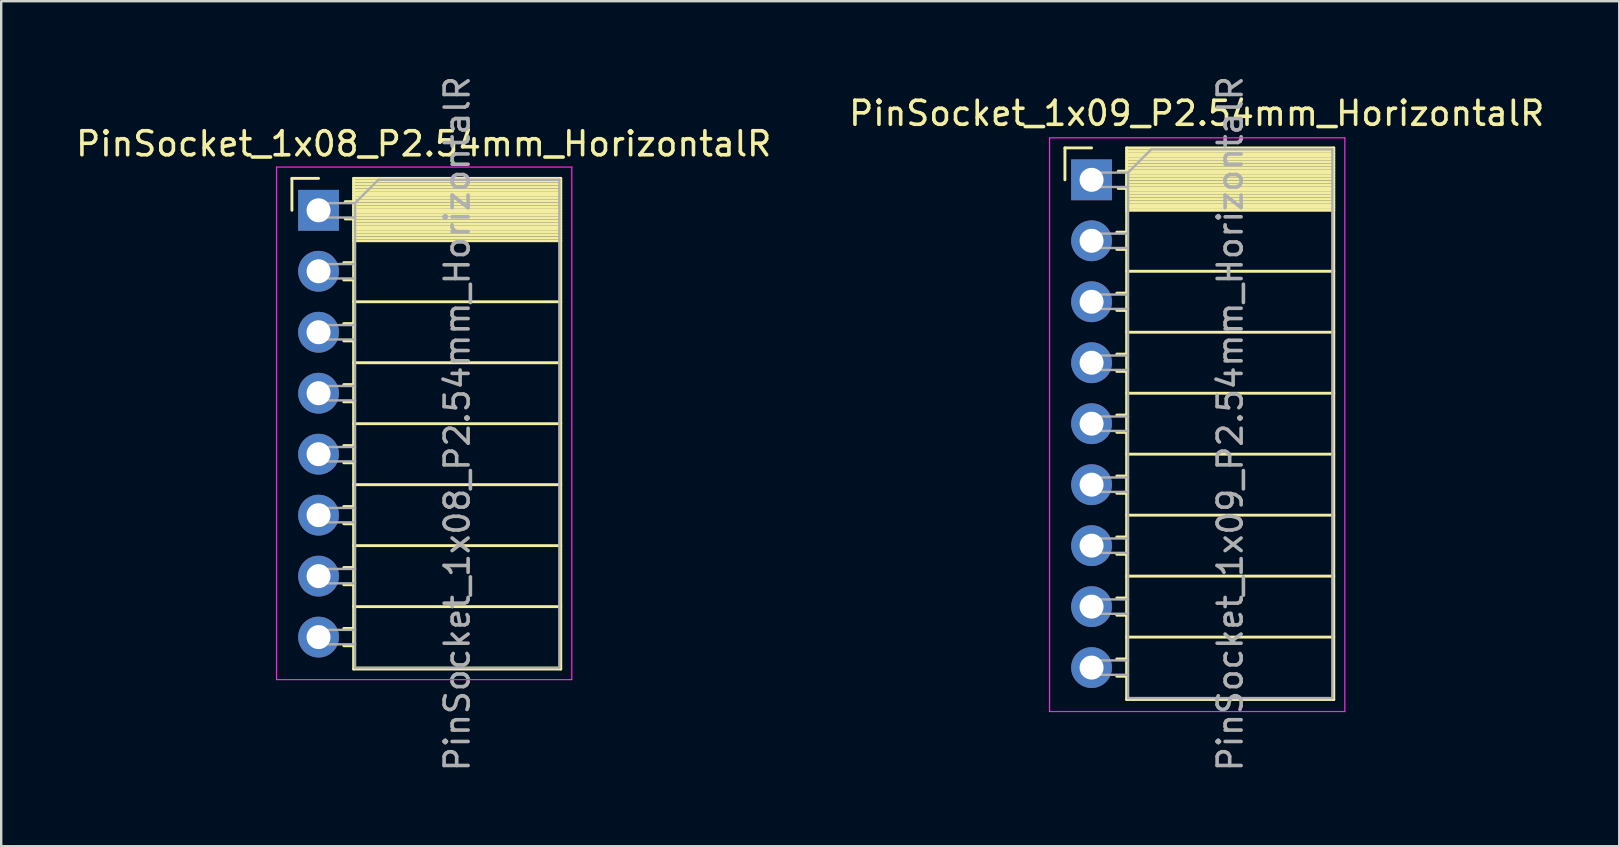
<source format=kicad_pcb>
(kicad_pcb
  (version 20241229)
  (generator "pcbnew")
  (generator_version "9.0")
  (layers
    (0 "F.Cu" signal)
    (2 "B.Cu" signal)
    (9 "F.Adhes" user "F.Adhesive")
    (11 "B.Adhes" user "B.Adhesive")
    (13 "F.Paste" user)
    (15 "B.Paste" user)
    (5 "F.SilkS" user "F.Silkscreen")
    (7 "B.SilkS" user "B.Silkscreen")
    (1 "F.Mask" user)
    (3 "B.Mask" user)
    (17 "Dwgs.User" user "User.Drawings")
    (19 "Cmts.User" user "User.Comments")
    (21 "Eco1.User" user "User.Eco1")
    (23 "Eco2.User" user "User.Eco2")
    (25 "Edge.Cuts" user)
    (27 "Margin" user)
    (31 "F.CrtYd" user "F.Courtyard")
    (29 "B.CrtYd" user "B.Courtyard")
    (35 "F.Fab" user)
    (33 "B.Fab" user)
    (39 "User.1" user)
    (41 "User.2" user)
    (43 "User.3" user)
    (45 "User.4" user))
  (footprint "PinSocket_1x08_P2.54mm_HorizontalR"
    (layer "F.Cu")
    (at 20.381 5.711)
    (property "Reference" "PinSocket_1x08_P2.54mm_HorizontalR" (at -5.78 -2.77 0) (layer "F.SilkS") (effects (font (size 1 1) (thickness 0.15))))
    (attr through_hole)
    (fp_line (start -11.27 -1.33) (end -11.27 0) (stroke (width 0.12) (type solid)) (layer "F.SilkS"))
    (fp_line (start -10.16 -1.33) (end -11.27 -1.33) (stroke (width 0.12) (type solid)) (layer "F.SilkS"))
    (fp_line (start -8.7 -1.33) (end -8.7 19.11) (stroke (width 0.12) (type solid)) (layer "F.SilkS"))
    (fp_line (start -8.7 -0.36) (end -9.05 -0.36) (stroke (width 0.12) (type solid)) (layer "F.SilkS"))
    (fp_line (start -8.7 0.36) (end -9.05 0.36) (stroke (width 0.12) (type solid)) (layer "F.SilkS"))
    (fp_line (start -8.7 2.18) (end -9.11 2.18) (stroke (width 0.12) (type solid)) (layer "F.SilkS"))
    (fp_line (start -8.7 2.9) (end -9.11 2.9) (stroke (width 0.12) (type solid)) (layer "F.SilkS"))
    (fp_line (start -8.7 4.72) (end -9.11 4.72) (stroke (width 0.12) (type solid)) (layer "F.SilkS"))
    (fp_line (start -8.7 5.44) (end -9.11 5.44) (stroke (width 0.12) (type solid)) (layer "F.SilkS"))
    (fp_line (start -8.7 7.26) (end -9.11 7.26) (stroke (width 0.12) (type solid)) (layer "F.SilkS"))
    (fp_line (start -8.7 7.98) (end -9.11 7.98) (stroke (width 0.12) (type solid)) (layer "F.SilkS"))
    (fp_line (start -8.7 9.8) (end -9.11 9.8) (stroke (width 0.12) (type solid)) (layer "F.SilkS"))
    (fp_line (start -8.7 10.52) (end -9.11 10.52) (stroke (width 0.12) (type solid)) (layer "F.SilkS"))
    (fp_line (start -8.7 12.34) (end -9.11 12.34) (stroke (width 0.12) (type solid)) (layer "F.SilkS"))
    (fp_line (start -8.7 13.06) (end -9.11 13.06) (stroke (width 0.12) (type solid)) (layer "F.SilkS"))
    (fp_line (start -8.7 14.88) (end -9.11 14.88) (stroke (width 0.12) (type solid)) (layer "F.SilkS"))
    (fp_line (start -8.7 15.6) (end -9.11 15.6) (stroke (width 0.12) (type solid)) (layer "F.SilkS"))
    (fp_line (start -8.7 17.42) (end -9.11 17.42) (stroke (width 0.12) (type solid)) (layer "F.SilkS"))
    (fp_line (start -8.7 18.14) (end -9.11 18.14) (stroke (width 0.12) (type solid)) (layer "F.SilkS"))
    (fp_line (start -0.07 -1.33) (end -8.7 -1.33) (stroke (width 0.12) (type solid)) (layer "F.SilkS"))
    (fp_line (start -0.07 -1.33) (end -0.07 19.11) (stroke (width 0.12) (type solid)) (layer "F.SilkS"))
    (fp_line (start -0.07 -1.21) (end -8.7 -1.21) (stroke (width 0.12) (type solid)) (layer "F.SilkS"))
    (fp_line (start -0.07 -1.092) (end -8.7 -1.092) (stroke (width 0.12) (type solid)) (layer "F.SilkS"))
    (fp_line (start -0.07 -0.974) (end -8.7 -0.974) (stroke (width 0.12) (type solid)) (layer "F.SilkS"))
    (fp_line (start -0.07 -0.856) (end -8.7 -0.856) (stroke (width 0.12) (type solid)) (layer "F.SilkS"))
    (fp_line (start -0.07 -0.738) (end -8.7 -0.738) (stroke (width 0.12) (type solid)) (layer "F.SilkS"))
    (fp_line (start -0.07 -0.62) (end -8.7 -0.62) (stroke (width 0.12) (type solid)) (layer "F.SilkS"))
    (fp_line (start -0.07 -0.501) (end -8.7 -0.501) (stroke (width 0.12) (type solid)) (layer "F.SilkS"))
    (fp_line (start -0.07 -0.383) (end -8.7 -0.383) (stroke (width 0.12) (type solid)) (layer "F.SilkS"))
    (fp_line (start -0.07 -0.265) (end -8.7 -0.265) (stroke (width 0.12) (type solid)) (layer "F.SilkS"))
    (fp_line (start -0.07 -0.147) (end -8.7 -0.147) (stroke (width 0.12) (type solid)) (layer "F.SilkS"))
    (fp_line (start -0.07 -0.029) (end -8.7 -0.029) (stroke (width 0.12) (type solid)) (layer "F.SilkS"))
    (fp_line (start -0.07 0.089) (end -8.7 0.089) (stroke (width 0.12) (type solid)) (layer "F.SilkS"))
    (fp_line (start -0.07 0.207) (end -8.7 0.207) (stroke (width 0.12) (type solid)) (layer "F.SilkS"))
    (fp_line (start -0.07 0.325) (end -8.7 0.325) (stroke (width 0.12) (type solid)) (layer "F.SilkS"))
    (fp_line (start -0.07 0.443) (end -8.7 0.443) (stroke (width 0.12) (type solid)) (layer "F.SilkS"))
    (fp_line (start -0.07 0.561) (end -8.7 0.561) (stroke (width 0.12) (type solid)) (layer "F.SilkS"))
    (fp_line (start -0.07 0.68) (end -8.7 0.68) (stroke (width 0.12) (type solid)) (layer "F.SilkS"))
    (fp_line (start -0.07 0.798) (end -8.7 0.798) (stroke (width 0.12) (type solid)) (layer "F.SilkS"))
    (fp_line (start -0.07 0.916) (end -8.7 0.916) (stroke (width 0.12) (type solid)) (layer "F.SilkS"))
    (fp_line (start -0.07 1.034) (end -8.7 1.034) (stroke (width 0.12) (type solid)) (layer "F.SilkS"))
    (fp_line (start -0.07 1.152) (end -8.7 1.152) (stroke (width 0.12) (type solid)) (layer "F.SilkS"))
    (fp_line (start -0.07 1.27) (end -8.7 1.27) (stroke (width 0.12) (type solid)) (layer "F.SilkS"))
    (fp_line (start -0.07 3.81) (end -8.7 3.81) (stroke (width 0.12) (type solid)) (layer "F.SilkS"))
    (fp_line (start -0.07 6.35) (end -8.7 6.35) (stroke (width 0.12) (type solid)) (layer "F.SilkS"))
    (fp_line (start -0.07 8.89) (end -8.7 8.89) (stroke (width 0.12) (type solid)) (layer "F.SilkS"))
    (fp_line (start -0.07 11.43) (end -8.7 11.43) (stroke (width 0.12) (type solid)) (layer "F.SilkS"))
    (fp_line (start -0.07 13.97) (end -8.7 13.97) (stroke (width 0.12) (type solid)) (layer "F.SilkS"))
    (fp_line (start -0.07 16.51) (end -8.7 16.51) (stroke (width 0.12) (type solid)) (layer "F.SilkS"))
    (fp_line (start -0.07 19.11) (end -8.7 19.11) (stroke (width 0.12) (type solid)) (layer "F.SilkS"))
    (fp_line (start -11.91 -1.8) (end 0.39 -1.8) (stroke (width 0.05) (type solid)) (layer "F.CrtYd"))
    (fp_line (start -11.91 19.55) (end -11.91 -1.8) (stroke (width 0.05) (type solid)) (layer "F.CrtYd"))
    (fp_line (start 0.39 -1.8) (end 0.39 19.55) (stroke (width 0.05) (type solid)) (layer "F.CrtYd"))
    (fp_line (start 0.39 19.55) (end -11.91 19.55) (stroke (width 0.05) (type solid)) (layer "F.CrtYd"))
    (fp_line (start -10.16 -0.3) (end -8.64 -0.3) (stroke (width 0.1) (type solid)) (layer "F.Fab"))
    (fp_line (start -10.16 0.3) (end -10.16 -0.3) (stroke (width 0.1) (type solid)) (layer "F.Fab"))
    (fp_line (start -10.16 2.24) (end -8.64 2.24) (stroke (width 0.1) (type solid)) (layer "F.Fab"))
    (fp_line (start -10.16 2.84) (end -10.16 2.24) (stroke (width 0.1) (type solid)) (layer "F.Fab"))
    (fp_line (start -10.16 4.78) (end -8.64 4.78) (stroke (width 0.1) (type solid)) (layer "F.Fab"))
    (fp_line (start -10.16 5.38) (end -10.16 4.78) (stroke (width 0.1) (type solid)) (layer "F.Fab"))
    (fp_line (start -10.16 7.32) (end -8.64 7.32) (stroke (width 0.1) (type solid)) (layer "F.Fab"))
    (fp_line (start -10.16 7.92) (end -10.16 7.32) (stroke (width 0.1) (type solid)) (layer "F.Fab"))
    (fp_line (start -10.16 9.86) (end -8.64 9.86) (stroke (width 0.1) (type solid)) (layer "F.Fab"))
    (fp_line (start -10.16 10.46) (end -10.16 9.86) (stroke (width 0.1) (type solid)) (layer "F.Fab"))
    (fp_line (start -10.16 12.4) (end -8.64 12.4) (stroke (width 0.1) (type solid)) (layer "F.Fab"))
    (fp_line (start -10.16 13) (end -10.16 12.4) (stroke (width 0.1) (type solid)) (layer "F.Fab"))
    (fp_line (start -10.16 14.94) (end -8.64 14.94) (stroke (width 0.1) (type solid)) (layer "F.Fab"))
    (fp_line (start -10.16 15.54) (end -10.16 14.94) (stroke (width 0.1) (type solid)) (layer "F.Fab"))
    (fp_line (start -10.16 17.48) (end -8.64 17.48) (stroke (width 0.1) (type solid)) (layer "F.Fab"))
    (fp_line (start -10.16 18.08) (end -10.16 17.48) (stroke (width 0.1) (type solid)) (layer "F.Fab"))
    (fp_line (start -8.64 -0.3) (end -8.64 19.05) (stroke (width 0.1) (type solid)) (layer "F.Fab"))
    (fp_line (start -8.64 0.3) (end -10.16 0.3) (stroke (width 0.1) (type solid)) (layer "F.Fab"))
    (fp_line (start -8.64 2.84) (end -10.16 2.84) (stroke (width 0.1) (type solid)) (layer "F.Fab"))
    (fp_line (start -8.64 5.38) (end -10.16 5.38) (stroke (width 0.1) (type solid)) (layer "F.Fab"))
    (fp_line (start -8.64 7.92) (end -10.16 7.92) (stroke (width 0.1) (type solid)) (layer "F.Fab"))
    (fp_line (start -8.64 10.46) (end -10.16 10.46) (stroke (width 0.1) (type solid)) (layer "F.Fab"))
    (fp_line (start -8.64 13) (end -10.16 13) (stroke (width 0.1) (type solid)) (layer "F.Fab"))
    (fp_line (start -8.64 15.54) (end -10.16 15.54) (stroke (width 0.1) (type solid)) (layer "F.Fab"))
    (fp_line (start -8.64 18.08) (end -10.16 18.08) (stroke (width 0.1) (type solid)) (layer "F.Fab"))
    (fp_line (start -8.64 19.05) (end -0.13 19.05) (stroke (width 0.1) (type solid)) (layer "F.Fab"))
    (fp_line (start -7.67 -1.27) (end -8.64 -0.3) (stroke (width 0.1) (type solid)) (layer "F.Fab"))
    (fp_line (start -0.13 -1.27) (end -7.67 -1.27) (stroke (width 0.1) (type solid)) (layer "F.Fab"))
    (fp_line (start -0.13 19.05) (end -0.13 -1.27) (stroke (width 0.1) (type solid)) (layer "F.Fab"))
    (fp_text user "${REFERENCE}" (at -4.385 8.89 90) (layer "F.Fab") (effects (font (size 1 1) (thickness 0.15))))
    (pad "1" thru_hole rect (at -10.16 0) (size 1.7 1.7) (drill 1) (layers "*.Cu" "*.Mask"))
    (pad "2" thru_hole oval (at -10.16 2.54) (size 1.7 1.7) (drill 1) (layers "*.Cu" "*.Mask"))
    (pad "3" thru_hole oval (at -10.16 5.08) (size 1.7 1.7) (drill 1) (layers "*.Cu" "*.Mask"))
    (pad "4" thru_hole oval (at -10.16 7.62) (size 1.7 1.7) (drill 1) (layers "*.Cu" "*.Mask"))
    (pad "5" thru_hole oval (at -10.16 10.16) (size 1.7 1.7) (drill 1) (layers "*.Cu" "*.Mask"))
    (pad "6" thru_hole oval (at -10.16 12.7) (size 1.7 1.7) (drill 1) (layers "*.Cu" "*.Mask"))
    (pad "7" thru_hole oval (at -10.16 15.24) (size 1.7 1.7) (drill 1) (layers "*.Cu" "*.Mask"))
    (pad "8" thru_hole oval (at -10.16 17.78) (size 1.7 1.7) (drill 1) (layers "*.Cu" "*.Mask")))
  (footprint "PinSocket_1x09_P2.54mm_HorizontalR"
    (layer "F.Cu")
    (at 52.584 4.441)
    (property "Reference" "PinSocket_1x09_P2.54mm_HorizontalR" (at -5.78 -2.77 0) (layer "F.SilkS") (effects (font (size 1 1) (thickness 0.15))))
    (attr through_hole)
    (fp_line (start -11.27 -1.33) (end -11.27 0) (stroke (width 0.12) (type solid)) (layer "F.SilkS"))
    (fp_line (start -10.16 -1.33) (end -11.27 -1.33) (stroke (width 0.12) (type solid)) (layer "F.SilkS"))
    (fp_line (start -8.7 -1.33) (end -8.7 21.65) (stroke (width 0.12) (type solid)) (layer "F.SilkS"))
    (fp_line (start -8.7 -0.36) (end -9.05 -0.36) (stroke (width 0.12) (type solid)) (layer "F.SilkS"))
    (fp_line (start -8.7 0.36) (end -9.05 0.36) (stroke (width 0.12) (type solid)) (layer "F.SilkS"))
    (fp_line (start -8.7 2.18) (end -9.11 2.18) (stroke (width 0.12) (type solid)) (layer "F.SilkS"))
    (fp_line (start -8.7 2.9) (end -9.11 2.9) (stroke (width 0.12) (type solid)) (layer "F.SilkS"))
    (fp_line (start -8.7 4.72) (end -9.11 4.72) (stroke (width 0.12) (type solid)) (layer "F.SilkS"))
    (fp_line (start -8.7 5.44) (end -9.11 5.44) (stroke (width 0.12) (type solid)) (layer "F.SilkS"))
    (fp_line (start -8.7 7.26) (end -9.11 7.26) (stroke (width 0.12) (type solid)) (layer "F.SilkS"))
    (fp_line (start -8.7 7.98) (end -9.11 7.98) (stroke (width 0.12) (type solid)) (layer "F.SilkS"))
    (fp_line (start -8.7 9.8) (end -9.11 9.8) (stroke (width 0.12) (type solid)) (layer "F.SilkS"))
    (fp_line (start -8.7 10.52) (end -9.11 10.52) (stroke (width 0.12) (type solid)) (layer "F.SilkS"))
    (fp_line (start -8.7 12.34) (end -9.11 12.34) (stroke (width 0.12) (type solid)) (layer "F.SilkS"))
    (fp_line (start -8.7 13.06) (end -9.11 13.06) (stroke (width 0.12) (type solid)) (layer "F.SilkS"))
    (fp_line (start -8.7 14.88) (end -9.11 14.88) (stroke (width 0.12) (type solid)) (layer "F.SilkS"))
    (fp_line (start -8.7 15.6) (end -9.11 15.6) (stroke (width 0.12) (type solid)) (layer "F.SilkS"))
    (fp_line (start -8.7 17.42) (end -9.11 17.42) (stroke (width 0.12) (type solid)) (layer "F.SilkS"))
    (fp_line (start -8.7 18.14) (end -9.11 18.14) (stroke (width 0.12) (type solid)) (layer "F.SilkS"))
    (fp_line (start -8.7 19.96) (end -9.11 19.96) (stroke (width 0.12) (type solid)) (layer "F.SilkS"))
    (fp_line (start -8.7 20.68) (end -9.11 20.68) (stroke (width 0.12) (type solid)) (layer "F.SilkS"))
    (fp_line (start -0.07 -1.33) (end -8.7 -1.33) (stroke (width 0.12) (type solid)) (layer "F.SilkS"))
    (fp_line (start -0.07 -1.33) (end -0.07 21.65) (stroke (width 0.12) (type solid)) (layer "F.SilkS"))
    (fp_line (start -0.07 -1.21) (end -8.7 -1.21) (stroke (width 0.12) (type solid)) (layer "F.SilkS"))
    (fp_line (start -0.07 -1.092) (end -8.7 -1.092) (stroke (width 0.12) (type solid)) (layer "F.SilkS"))
    (fp_line (start -0.07 -0.974) (end -8.7 -0.974) (stroke (width 0.12) (type solid)) (layer "F.SilkS"))
    (fp_line (start -0.07 -0.856) (end -8.7 -0.856) (stroke (width 0.12) (type solid)) (layer "F.SilkS"))
    (fp_line (start -0.07 -0.738) (end -8.7 -0.738) (stroke (width 0.12) (type solid)) (layer "F.SilkS"))
    (fp_line (start -0.07 -0.62) (end -8.7 -0.62) (stroke (width 0.12) (type solid)) (layer "F.SilkS"))
    (fp_line (start -0.07 -0.501) (end -8.7 -0.501) (stroke (width 0.12) (type solid)) (layer "F.SilkS"))
    (fp_line (start -0.07 -0.383) (end -8.7 -0.383) (stroke (width 0.12) (type solid)) (layer "F.SilkS"))
    (fp_line (start -0.07 -0.265) (end -8.7 -0.265) (stroke (width 0.12) (type solid)) (layer "F.SilkS"))
    (fp_line (start -0.07 -0.147) (end -8.7 -0.147) (stroke (width 0.12) (type solid)) (layer "F.SilkS"))
    (fp_line (start -0.07 -0.029) (end -8.7 -0.029) (stroke (width 0.12) (type solid)) (layer "F.SilkS"))
    (fp_line (start -0.07 0.089) (end -8.7 0.089) (stroke (width 0.12) (type solid)) (layer "F.SilkS"))
    (fp_line (start -0.07 0.207) (end -8.7 0.207) (stroke (width 0.12) (type solid)) (layer "F.SilkS"))
    (fp_line (start -0.07 0.325) (end -8.7 0.325) (stroke (width 0.12) (type solid)) (layer "F.SilkS"))
    (fp_line (start -0.07 0.443) (end -8.7 0.443) (stroke (width 0.12) (type solid)) (layer "F.SilkS"))
    (fp_line (start -0.07 0.561) (end -8.7 0.561) (stroke (width 0.12) (type solid)) (layer "F.SilkS"))
    (fp_line (start -0.07 0.68) (end -8.7 0.68) (stroke (width 0.12) (type solid)) (layer "F.SilkS"))
    (fp_line (start -0.07 0.798) (end -8.7 0.798) (stroke (width 0.12) (type solid)) (layer "F.SilkS"))
    (fp_line (start -0.07 0.916) (end -8.7 0.916) (stroke (width 0.12) (type solid)) (layer "F.SilkS"))
    (fp_line (start -0.07 1.034) (end -8.7 1.034) (stroke (width 0.12) (type solid)) (layer "F.SilkS"))
    (fp_line (start -0.07 1.152) (end -8.7 1.152) (stroke (width 0.12) (type solid)) (layer "F.SilkS"))
    (fp_line (start -0.07 1.27) (end -8.7 1.27) (stroke (width 0.12) (type solid)) (layer "F.SilkS"))
    (fp_line (start -0.07 3.81) (end -8.7 3.81) (stroke (width 0.12) (type solid)) (layer "F.SilkS"))
    (fp_line (start -0.07 6.35) (end -8.7 6.35) (stroke (width 0.12) (type solid)) (layer "F.SilkS"))
    (fp_line (start -0.07 8.89) (end -8.7 8.89) (stroke (width 0.12) (type solid)) (layer "F.SilkS"))
    (fp_line (start -0.07 11.43) (end -8.7 11.43) (stroke (width 0.12) (type solid)) (layer "F.SilkS"))
    (fp_line (start -0.07 13.97) (end -8.7 13.97) (stroke (width 0.12) (type solid)) (layer "F.SilkS"))
    (fp_line (start -0.07 16.51) (end -8.7 16.51) (stroke (width 0.12) (type solid)) (layer "F.SilkS"))
    (fp_line (start -0.07 19.05) (end -8.7 19.05) (stroke (width 0.12) (type solid)) (layer "F.SilkS"))
    (fp_line (start -0.07 21.65) (end -8.7 21.65) (stroke (width 0.12) (type solid)) (layer "F.SilkS"))
    (fp_line (start -11.91 -1.75) (end 0.39 -1.75) (stroke (width 0.05) (type solid)) (layer "F.CrtYd"))
    (fp_line (start -11.91 22.15) (end -11.91 -1.75) (stroke (width 0.05) (type solid)) (layer "F.CrtYd"))
    (fp_line (start 0.39 -1.75) (end 0.39 22.15) (stroke (width 0.05) (type solid)) (layer "F.CrtYd"))
    (fp_line (start 0.39 22.15) (end -11.91 22.15) (stroke (width 0.05) (type solid)) (layer "F.CrtYd"))
    (fp_line (start -10.16 -0.3) (end -8.64 -0.3) (stroke (width 0.1) (type solid)) (layer "F.Fab"))
    (fp_line (start -10.16 0.3) (end -10.16 -0.3) (stroke (width 0.1) (type solid)) (layer "F.Fab"))
    (fp_line (start -10.16 2.24) (end -8.64 2.24) (stroke (width 0.1) (type solid)) (layer "F.Fab"))
    (fp_line (start -10.16 2.84) (end -10.16 2.24) (stroke (width 0.1) (type solid)) (layer "F.Fab"))
    (fp_line (start -10.16 4.78) (end -8.64 4.78) (stroke (width 0.1) (type solid)) (layer "F.Fab"))
    (fp_line (start -10.16 5.38) (end -10.16 4.78) (stroke (width 0.1) (type solid)) (layer "F.Fab"))
    (fp_line (start -10.16 7.32) (end -8.64 7.32) (stroke (width 0.1) (type solid)) (layer "F.Fab"))
    (fp_line (start -10.16 7.92) (end -10.16 7.32) (stroke (width 0.1) (type solid)) (layer "F.Fab"))
    (fp_line (start -10.16 9.86) (end -8.64 9.86) (stroke (width 0.1) (type solid)) (layer "F.Fab"))
    (fp_line (start -10.16 10.46) (end -10.16 9.86) (stroke (width 0.1) (type solid)) (layer "F.Fab"))
    (fp_line (start -10.16 12.4) (end -8.64 12.4) (stroke (width 0.1) (type solid)) (layer "F.Fab"))
    (fp_line (start -10.16 13) (end -10.16 12.4) (stroke (width 0.1) (type solid)) (layer "F.Fab"))
    (fp_line (start -10.16 14.94) (end -8.64 14.94) (stroke (width 0.1) (type solid)) (layer "F.Fab"))
    (fp_line (start -10.16 15.54) (end -10.16 14.94) (stroke (width 0.1) (type solid)) (layer "F.Fab"))
    (fp_line (start -10.16 17.48) (end -8.64 17.48) (stroke (width 0.1) (type solid)) (layer "F.Fab"))
    (fp_line (start -10.16 18.08) (end -10.16 17.48) (stroke (width 0.1) (type solid)) (layer "F.Fab"))
    (fp_line (start -10.16 20.02) (end -8.64 20.02) (stroke (width 0.1) (type solid)) (layer "F.Fab"))
    (fp_line (start -10.16 20.62) (end -10.16 20.02) (stroke (width 0.1) (type solid)) (layer "F.Fab"))
    (fp_line (start -8.64 -0.3) (end -8.64 21.59) (stroke (width 0.1) (type solid)) (layer "F.Fab"))
    (fp_line (start -8.64 0.3) (end -10.16 0.3) (stroke (width 0.1) (type solid)) (layer "F.Fab"))
    (fp_line (start -8.64 2.84) (end -10.16 2.84) (stroke (width 0.1) (type solid)) (layer "F.Fab"))
    (fp_line (start -8.64 5.38) (end -10.16 5.38) (stroke (width 0.1) (type solid)) (layer "F.Fab"))
    (fp_line (start -8.64 7.92) (end -10.16 7.92) (stroke (width 0.1) (type solid)) (layer "F.Fab"))
    (fp_line (start -8.64 10.46) (end -10.16 10.46) (stroke (width 0.1) (type solid)) (layer "F.Fab"))
    (fp_line (start -8.64 13) (end -10.16 13) (stroke (width 0.1) (type solid)) (layer "F.Fab"))
    (fp_line (start -8.64 15.54) (end -10.16 15.54) (stroke (width 0.1) (type solid)) (layer "F.Fab"))
    (fp_line (start -8.64 18.08) (end -10.16 18.08) (stroke (width 0.1) (type solid)) (layer "F.Fab"))
    (fp_line (start -8.64 20.62) (end -10.16 20.62) (stroke (width 0.1) (type solid)) (layer "F.Fab"))
    (fp_line (start -8.64 21.59) (end -0.13 21.59) (stroke (width 0.1) (type solid)) (layer "F.Fab"))
    (fp_line (start -7.67 -1.27) (end -8.64 -0.3) (stroke (width 0.1) (type solid)) (layer "F.Fab"))
    (fp_line (start -0.13 -1.27) (end -7.67 -1.27) (stroke (width 0.1) (type solid)) (layer "F.Fab"))
    (fp_line (start -0.13 21.59) (end -0.13 -1.27) (stroke (width 0.1) (type solid)) (layer "F.Fab"))
    (fp_text user "${REFERENCE}" (at -4.385 10.16 90) (layer "F.Fab") (effects (font (size 1 1) (thickness 0.15))))
    (pad "1" thru_hole rect (at -10.16 0) (size 1.7 1.7) (drill 1) (layers "*.Cu" "*.Mask"))
    (pad "2" thru_hole oval (at -10.16 2.54) (size 1.7 1.7) (drill 1) (layers "*.Cu" "*.Mask"))
    (pad "3" thru_hole oval (at -10.16 5.08) (size 1.7 1.7) (drill 1) (layers "*.Cu" "*.Mask"))
    (pad "4" thru_hole oval (at -10.16 7.62) (size 1.7 1.7) (drill 1) (layers "*.Cu" "*.Mask"))
    (pad "5" thru_hole oval (at -10.16 10.16) (size 1.7 1.7) (drill 1) (layers "*.Cu" "*.Mask"))
    (pad "6" thru_hole oval (at -10.16 12.7) (size 1.7 1.7) (drill 1) (layers "*.Cu" "*.Mask"))
    (pad "7" thru_hole oval (at -10.16 15.24) (size 1.7 1.7) (drill 1) (layers "*.Cu" "*.Mask"))
    (pad "8" thru_hole oval (at -10.16 17.78) (size 1.7 1.7) (drill 1) (layers "*.Cu" "*.Mask"))
    (pad "9" thru_hole oval (at -10.16 20.32) (size 1.7 1.7) (drill 1) (layers "*.Cu" "*.Mask")))
  (gr_rect
    (start -3 -3)
    (end 64.405 32.202)
    (stroke (width 0.1) (type default))
    (fill no)
    (layer "Edge.Cuts")))
</source>
